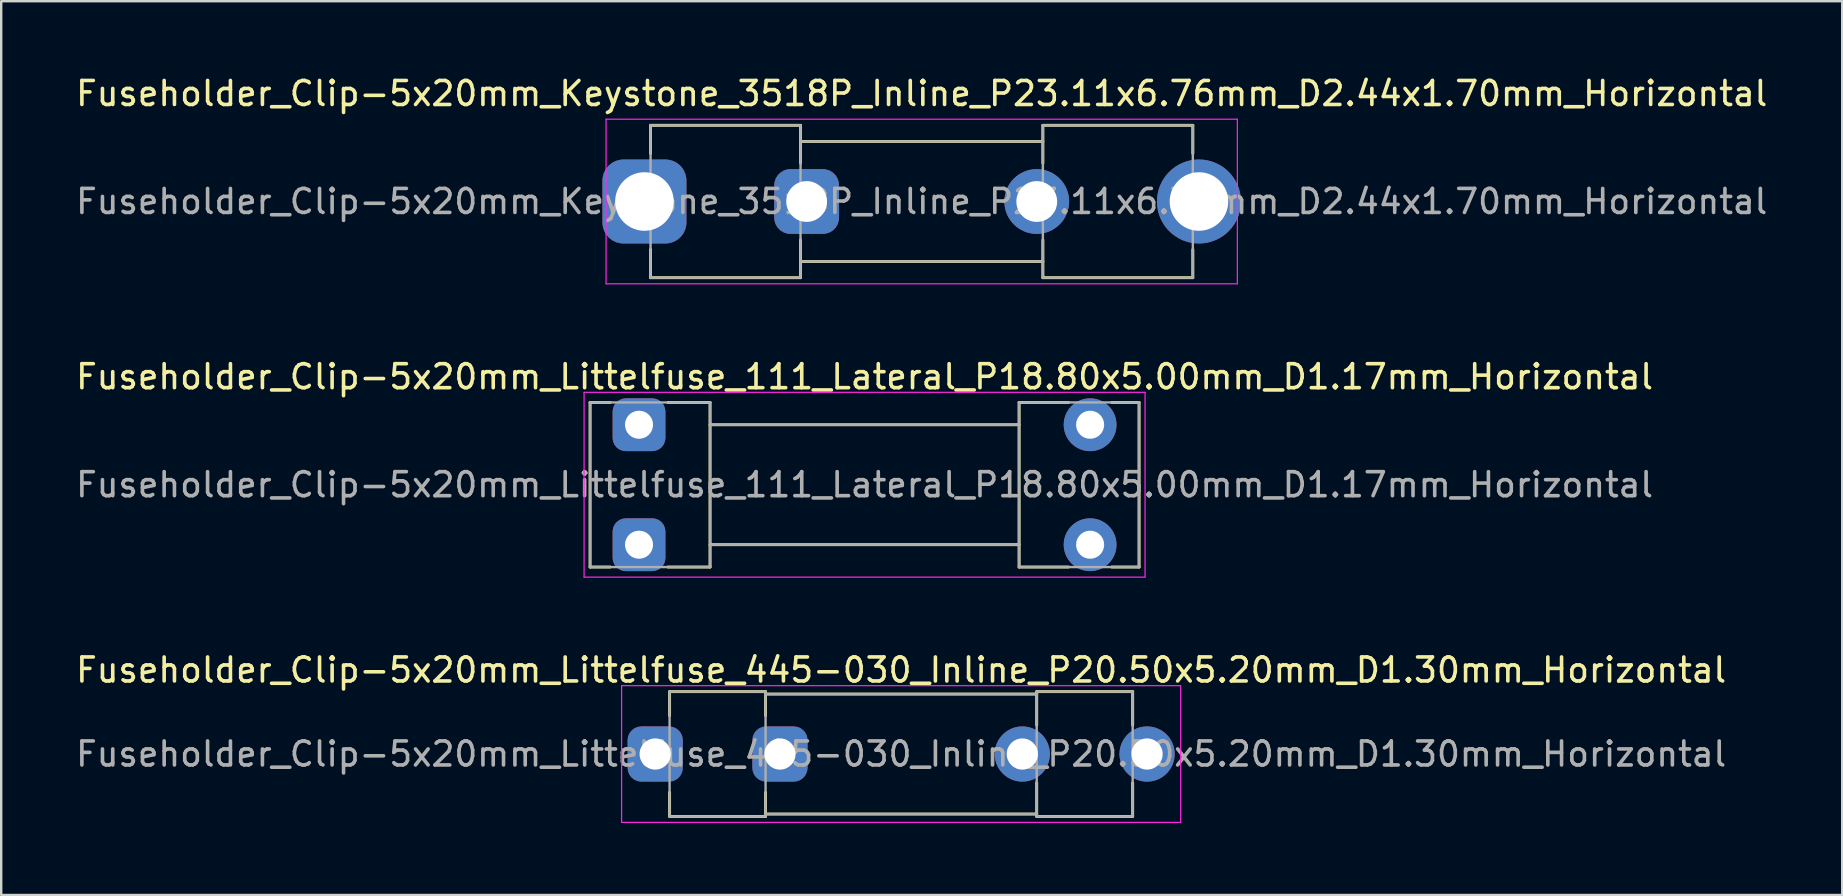
<source format=kicad_pcb>
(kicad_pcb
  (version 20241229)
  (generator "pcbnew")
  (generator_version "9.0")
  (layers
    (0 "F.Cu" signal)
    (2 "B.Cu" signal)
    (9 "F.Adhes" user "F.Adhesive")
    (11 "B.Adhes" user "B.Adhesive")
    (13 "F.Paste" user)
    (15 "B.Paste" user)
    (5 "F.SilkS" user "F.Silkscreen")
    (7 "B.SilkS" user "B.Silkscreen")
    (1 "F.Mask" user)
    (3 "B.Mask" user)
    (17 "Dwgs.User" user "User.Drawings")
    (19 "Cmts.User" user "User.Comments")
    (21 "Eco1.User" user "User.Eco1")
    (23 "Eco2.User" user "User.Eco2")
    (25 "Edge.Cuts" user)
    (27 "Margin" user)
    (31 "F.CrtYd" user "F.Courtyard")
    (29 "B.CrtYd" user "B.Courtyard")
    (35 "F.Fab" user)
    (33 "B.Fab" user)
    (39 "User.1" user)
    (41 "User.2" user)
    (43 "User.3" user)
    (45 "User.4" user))
  (footprint "Fuseholder_Clip-5x20mm_Littelfuse_111_Lateral_P18.80x5.00mm_D1.17mm_Horizontal"
    (layer "F.Cu")
    (at 23.582 14.652)
    (property "Reference" "Fuseholder_Clip-5x20mm_Littelfuse_111_Lateral_P18.80x5.00mm_D1.17mm_Horizontal" (at 9.4 -2 0) (layer "F.SilkS") (effects (font (size 1 1) (thickness 0.15))))
    (attr through_hole)
    (fp_line (start -2.04 5.93) (end -2.04 -0.93) (stroke (width 0.12) (type solid)) (layer "F.SilkS"))
    (fp_line (start -1.2 -0.93) (end -2.04 -0.93) (stroke (width 0.12) (type solid)) (layer "F.SilkS"))
    (fp_line (start -1.2 5.93) (end -2.04 5.93) (stroke (width 0.12) (type solid)) (layer "F.SilkS"))
    (fp_line (start 2.96 -0.93) (end 1.2 -0.93) (stroke (width 0.12) (type solid)) (layer "F.SilkS"))
    (fp_line (start 2.96 -0.93) (end 2.96 5.93) (stroke (width 0.12) (type solid)) (layer "F.SilkS"))
    (fp_line (start 2.96 5.93) (end 1.2 5.93) (stroke (width 0.12) (type solid)) (layer "F.SilkS"))
    (fp_line (start 15.84 -0.93) (end 15.84 5.93) (stroke (width 0.12) (type solid)) (layer "F.SilkS"))
    (fp_line (start 15.84 0) (end 2.96 0) (stroke (width 0.12) (type solid)) (layer "F.SilkS"))
    (fp_line (start 15.84 5) (end 2.96 5) (stroke (width 0.12) (type solid)) (layer "F.SilkS"))
    (fp_line (start 17.9 -0.93) (end 15.84 -0.93) (stroke (width 0.12) (type solid)) (layer "F.SilkS"))
    (fp_line (start 17.9 5.93) (end 15.84 5.93) (stroke (width 0.12) (type solid)) (layer "F.SilkS"))
    (fp_line (start 19.7 -0.93) (end 20.84 -0.93) (stroke (width 0.12) (type solid)) (layer "F.SilkS"))
    (fp_line (start 19.7 5.93) (end 20.84 5.93) (stroke (width 0.12) (type solid)) (layer "F.SilkS"))
    (fp_line (start 20.84 -0.93) (end 20.84 5.93) (stroke (width 0.12) (type solid)) (layer "F.SilkS"))
    (fp_line (start -2.29 -1.35) (end -2.29 6.35) (stroke (width 0.05) (type solid)) (layer "F.CrtYd"))
    (fp_line (start -2.29 -1.35) (end 21.09 -1.35) (stroke (width 0.05) (type solid)) (layer "F.CrtYd"))
    (fp_line (start 21.09 6.35) (end -2.29 6.35) (stroke (width 0.05) (type solid)) (layer "F.CrtYd"))
    (fp_line (start 21.09 6.35) (end 21.09 -1.35) (stroke (width 0.05) (type solid)) (layer "F.CrtYd"))
    (fp_line (start -2.04 -0.93) (end 2.96 -0.93) (stroke (width 0.1) (type solid)) (layer "F.Fab"))
    (fp_line (start -2.04 5.93) (end -2.04 -0.93) (stroke (width 0.1) (type solid)) (layer "F.Fab"))
    (fp_line (start 2.96 -0.93) (end 2.96 5.93) (stroke (width 0.1) (type solid)) (layer "F.Fab"))
    (fp_line (start 2.96 0) (end 15.84 0) (stroke (width 0.1) (type solid)) (layer "F.Fab"))
    (fp_line (start 2.96 5.93) (end -2.04 5.93) (stroke (width 0.1) (type solid)) (layer "F.Fab"))
    (fp_line (start 15.84 -0.93) (end 15.84 5.93) (stroke (width 0.1) (type solid)) (layer "F.Fab"))
    (fp_line (start 15.84 5) (end 2.96 5) (stroke (width 0.1) (type solid)) (layer "F.Fab"))
    (fp_line (start 15.84 5.93) (end 20.84 5.93) (stroke (width 0.1) (type solid)) (layer "F.Fab"))
    (fp_line (start 20.84 -0.93) (end 15.84 -0.93) (stroke (width 0.1) (type solid)) (layer "F.Fab"))
    (fp_line (start 20.84 5.93) (end 20.84 -0.93) (stroke (width 0.1) (type solid)) (layer "F.Fab"))
    (fp_text user "${REFERENCE}" (at 9.4 2.5 0) (layer "F.Fab") (effects (font (size 1 1) (thickness 0.15))))
    (pad "1" thru_hole roundrect (at 0 0) (size 2.2 2.2) (drill 1.17) (layers "*.Cu" "*.Mask") (roundrect_rratio 0.25))
    (pad "1" thru_hole roundrect (at 0 5) (size 2.2 2.2) (drill 1.17) (layers "*.Cu" "*.Mask") (roundrect_rratio 0.25))
    (pad "2" thru_hole circle (at 18.8 0) (size 2.2 2.2) (drill 1.17) (layers "*.Cu" "*.Mask"))
    (pad "2" thru_hole circle (at 18.8 5) (size 2.2 2.2) (drill 1.17) (layers "*.Cu" "*.Mask")))
  (footprint "Fuseholder_Clip-5x20mm_Keystone_3518P_Inline_P23.11x6.76mm_D2.44x1.70mm_Horizontal"
    (layer "F.Cu")
    (at 23.808 5.348)
    (property "Reference" "Fuseholder_Clip-5x20mm_Keystone_3518P_Inline_P23.11x6.76mm_D2.44x1.70mm_Horizontal" (at 11.555 -4.5 0) (layer "F.SilkS") (effects (font (size 1 1) (thickness 0.15))))
    (attr through_hole)
    (fp_line (start 0.255 -3.175) (end 0.255 -2) (stroke (width 0.12) (type solid)) (layer "F.SilkS"))
    (fp_line (start 0.255 3.175) (end 0.255 2) (stroke (width 0.12) (type solid)) (layer "F.SilkS"))
    (fp_line (start 6.505 -3.175) (end 0.255 -3.175) (stroke (width 0.12) (type solid)) (layer "F.SilkS"))
    (fp_line (start 6.505 -3.175) (end 6.505 -1.6) (stroke (width 0.12) (type solid)) (layer "F.SilkS"))
    (fp_line (start 6.505 3.175) (end 0.255 3.175) (stroke (width 0.12) (type solid)) (layer "F.SilkS"))
    (fp_line (start 6.505 3.175) (end 6.505 1.6) (stroke (width 0.12) (type solid)) (layer "F.SilkS"))
    (fp_line (start 16.605 -3.175) (end 16.605 -1.6) (stroke (width 0.12) (type solid)) (layer "F.SilkS"))
    (fp_line (start 16.605 -2.5) (end 6.505 -2.5) (stroke (width 0.12) (type solid)) (layer "F.SilkS"))
    (fp_line (start 16.605 2.5) (end 6.505 2.5) (stroke (width 0.12) (type solid)) (layer "F.SilkS"))
    (fp_line (start 16.605 3.175) (end 16.605 1.6) (stroke (width 0.12) (type solid)) (layer "F.SilkS"))
    (fp_line (start 16.605 3.175) (end 22.855 3.175) (stroke (width 0.12) (type solid)) (layer "F.SilkS"))
    (fp_line (start 22.855 -3.175) (end 16.605 -3.175) (stroke (width 0.12) (type solid)) (layer "F.SilkS"))
    (fp_line (start 22.855 -2) (end 22.855 -3.175) (stroke (width 0.12) (type solid)) (layer "F.SilkS"))
    (fp_line (start 22.855 2) (end 22.855 3.175) (stroke (width 0.12) (type solid)) (layer "F.SilkS"))
    (fp_line (start -1.6 -3.43) (end -1.6 3.43) (stroke (width 0.05) (type solid)) (layer "F.CrtYd"))
    (fp_line (start -1.6 -3.43) (end 24.71 -3.43) (stroke (width 0.05) (type solid)) (layer "F.CrtYd"))
    (fp_line (start 24.71 3.43) (end -1.6 3.43) (stroke (width 0.05) (type solid)) (layer "F.CrtYd"))
    (fp_line (start 24.71 3.43) (end 24.71 -3.43) (stroke (width 0.05) (type solid)) (layer "F.CrtYd"))
    (fp_line (start 0.255 -3.175) (end 6.505 -3.175) (stroke (width 0.1) (type solid)) (layer "F.Fab"))
    (fp_line (start 0.255 3.175) (end 0.255 -3.175) (stroke (width 0.1) (type solid)) (layer "F.Fab"))
    (fp_line (start 6.505 -3.175) (end 6.505 3.175) (stroke (width 0.1) (type solid)) (layer "F.Fab"))
    (fp_line (start 6.505 -2.5) (end 16.605 -2.5) (stroke (width 0.1) (type solid)) (layer "F.Fab"))
    (fp_line (start 6.505 3.175) (end 0.255 3.175) (stroke (width 0.1) (type solid)) (layer "F.Fab"))
    (fp_line (start 16.605 -3.175) (end 16.605 3.175) (stroke (width 0.1) (type solid)) (layer "F.Fab"))
    (fp_line (start 16.605 2.5) (end 6.505 2.5) (stroke (width 0.1) (type solid)) (layer "F.Fab"))
    (fp_line (start 16.605 3.175) (end 22.855 3.175) (stroke (width 0.1) (type solid)) (layer "F.Fab"))
    (fp_line (start 22.855 -3.175) (end 16.605 -3.175) (stroke (width 0.1) (type solid)) (layer "F.Fab"))
    (fp_line (start 22.855 3.175) (end 22.855 -3.175) (stroke (width 0.1) (type solid)) (layer "F.Fab"))
    (fp_text user "${REFERENCE}" (at 11.555 0 0) (layer "F.Fab") (effects (font (size 1 1) (thickness 0.15))))
    (pad "1" thru_hole roundrect (at 0 0) (size 3.5 3.5) (drill 2.44) (layers "*.Cu" "*.Mask") (roundrect_rratio 0.25))
    (pad "1" thru_hole roundrect (at 6.76 0) (size 2.7 2.7) (drill 1.7) (layers "*.Cu" "*.Mask") (roundrect_rratio 0.25))
    (pad "2" thru_hole circle (at 16.35 0) (size 2.7 2.7) (drill 1.7) (layers "*.Cu" "*.Mask"))
    (pad "2" thru_hole circle (at 23.11 0) (size 3.5 3.5) (drill 2.44) (layers "*.Cu" "*.Mask")))
  (footprint "Fuseholder_Clip-5x20mm_Littelfuse_445-030_Inline_P20.50x5.20mm_D1.30mm_Horizontal"
    (layer "F.Cu")
    (at 24.256 28.375)
    (property "Reference" "Fuseholder_Clip-5x20mm_Littelfuse_445-030_Inline_P20.50x5.20mm_D1.30mm_Horizontal" (at 10.25 -3.5 0) (layer "F.SilkS") (effects (font (size 1 1) (thickness 0.15))))
    (attr through_hole)
    (fp_line (start 0.6 -2.6) (end 0.6 -1.6) (stroke (width 0.12) (type solid)) (layer "F.SilkS"))
    (fp_line (start 0.6 2.6) (end 0.6 1.6) (stroke (width 0.12) (type solid)) (layer "F.SilkS"))
    (fp_line (start 4.6 -2.6) (end 0.6 -2.6) (stroke (width 0.12) (type solid)) (layer "F.SilkS"))
    (fp_line (start 4.6 -2.6) (end 4.6 -1.6) (stroke (width 0.12) (type solid)) (layer "F.SilkS"))
    (fp_line (start 4.6 2.6) (end 0.6 2.6) (stroke (width 0.12) (type solid)) (layer "F.SilkS"))
    (fp_line (start 4.6 2.6) (end 4.6 1.6) (stroke (width 0.12) (type solid)) (layer "F.SilkS"))
    (fp_line (start 15.9 -2.6) (end 15.9 -1.2) (stroke (width 0.12) (type solid)) (layer "F.SilkS"))
    (fp_line (start 15.9 -2.5) (end 4.6 -2.5) (stroke (width 0.12) (type solid)) (layer "F.SilkS"))
    (fp_line (start 15.9 2.5) (end 4.6 2.5) (stroke (width 0.12) (type solid)) (layer "F.SilkS"))
    (fp_line (start 15.9 2.6) (end 15.9 1.2) (stroke (width 0.12) (type solid)) (layer "F.SilkS"))
    (fp_line (start 15.9 2.6) (end 19.9 2.6) (stroke (width 0.12) (type solid)) (layer "F.SilkS"))
    (fp_line (start 19.9 -2.6) (end 15.9 -2.6) (stroke (width 0.12) (type solid)) (layer "F.SilkS"))
    (fp_line (start 19.9 -1.2) (end 19.9 -2.6) (stroke (width 0.12) (type solid)) (layer "F.SilkS"))
    (fp_line (start 19.9 1.2) (end 19.9 2.6) (stroke (width 0.12) (type solid)) (layer "F.SilkS"))
    (fp_line (start -1.4 -2.85) (end -1.4 2.85) (stroke (width 0.05) (type solid)) (layer "F.CrtYd"))
    (fp_line (start -1.4 -2.85) (end 21.9 -2.85) (stroke (width 0.05) (type solid)) (layer "F.CrtYd"))
    (fp_line (start 21.9 2.85) (end -1.4 2.85) (stroke (width 0.05) (type solid)) (layer "F.CrtYd"))
    (fp_line (start 21.9 2.85) (end 21.9 -2.85) (stroke (width 0.05) (type solid)) (layer "F.CrtYd"))
    (fp_line (start 0.6 -2.6) (end 4.6 -2.6) (stroke (width 0.1) (type solid)) (layer "F.Fab"))
    (fp_line (start 0.6 2.6) (end 0.6 -2.6) (stroke (width 0.1) (type solid)) (layer "F.Fab"))
    (fp_line (start 4.6 -2.6) (end 4.6 2.6) (stroke (width 0.1) (type solid)) (layer "F.Fab"))
    (fp_line (start 4.6 -2.5) (end 15.9 -2.5) (stroke (width 0.1) (type solid)) (layer "F.Fab"))
    (fp_line (start 4.6 2.6) (end 0.6 2.6) (stroke (width 0.1) (type solid)) (layer "F.Fab"))
    (fp_line (start 15.9 -2.6) (end 15.9 2.6) (stroke (width 0.1) (type solid)) (layer "F.Fab"))
    (fp_line (start 15.9 2.5) (end 4.6 2.5) (stroke (width 0.1) (type solid)) (layer "F.Fab"))
    (fp_line (start 15.9 2.6) (end 19.9 2.6) (stroke (width 0.1) (type solid)) (layer "F.Fab"))
    (fp_line (start 19.9 -2.6) (end 15.9 -2.6) (stroke (width 0.1) (type solid)) (layer "F.Fab"))
    (fp_line (start 19.9 2.6) (end 19.9 -2.6) (stroke (width 0.1) (type solid)) (layer "F.Fab"))
    (fp_text user "${REFERENCE}" (at 10.25 0 0) (layer "F.Fab") (effects (font (size 1 1) (thickness 0.15))))
    (pad "1" thru_hole roundrect (at 0 0) (size 2.3 2.3) (drill 1.3) (layers "*.Cu" "*.Mask") (roundrect_rratio 0.25))
    (pad "1" thru_hole roundrect (at 5.2 0) (size 2.3 2.3) (drill 1.3) (layers "*.Cu" "*.Mask") (roundrect_rratio 0.25))
    (pad "2" thru_hole circle (at 15.3 0) (size 2.3 2.3) (drill 1.3) (layers "*.Cu" "*.Mask"))
    (pad "2" thru_hole circle (at 20.5 0) (size 2.3 2.3) (drill 1.3) (layers "*.Cu" "*.Mask")))
  (gr_rect
    (start -3 -3)
    (end 73.726 34.25)
    (stroke (width 0.1) (type default))
    (fill no)
    (layer "Edge.Cuts")))
</source>
